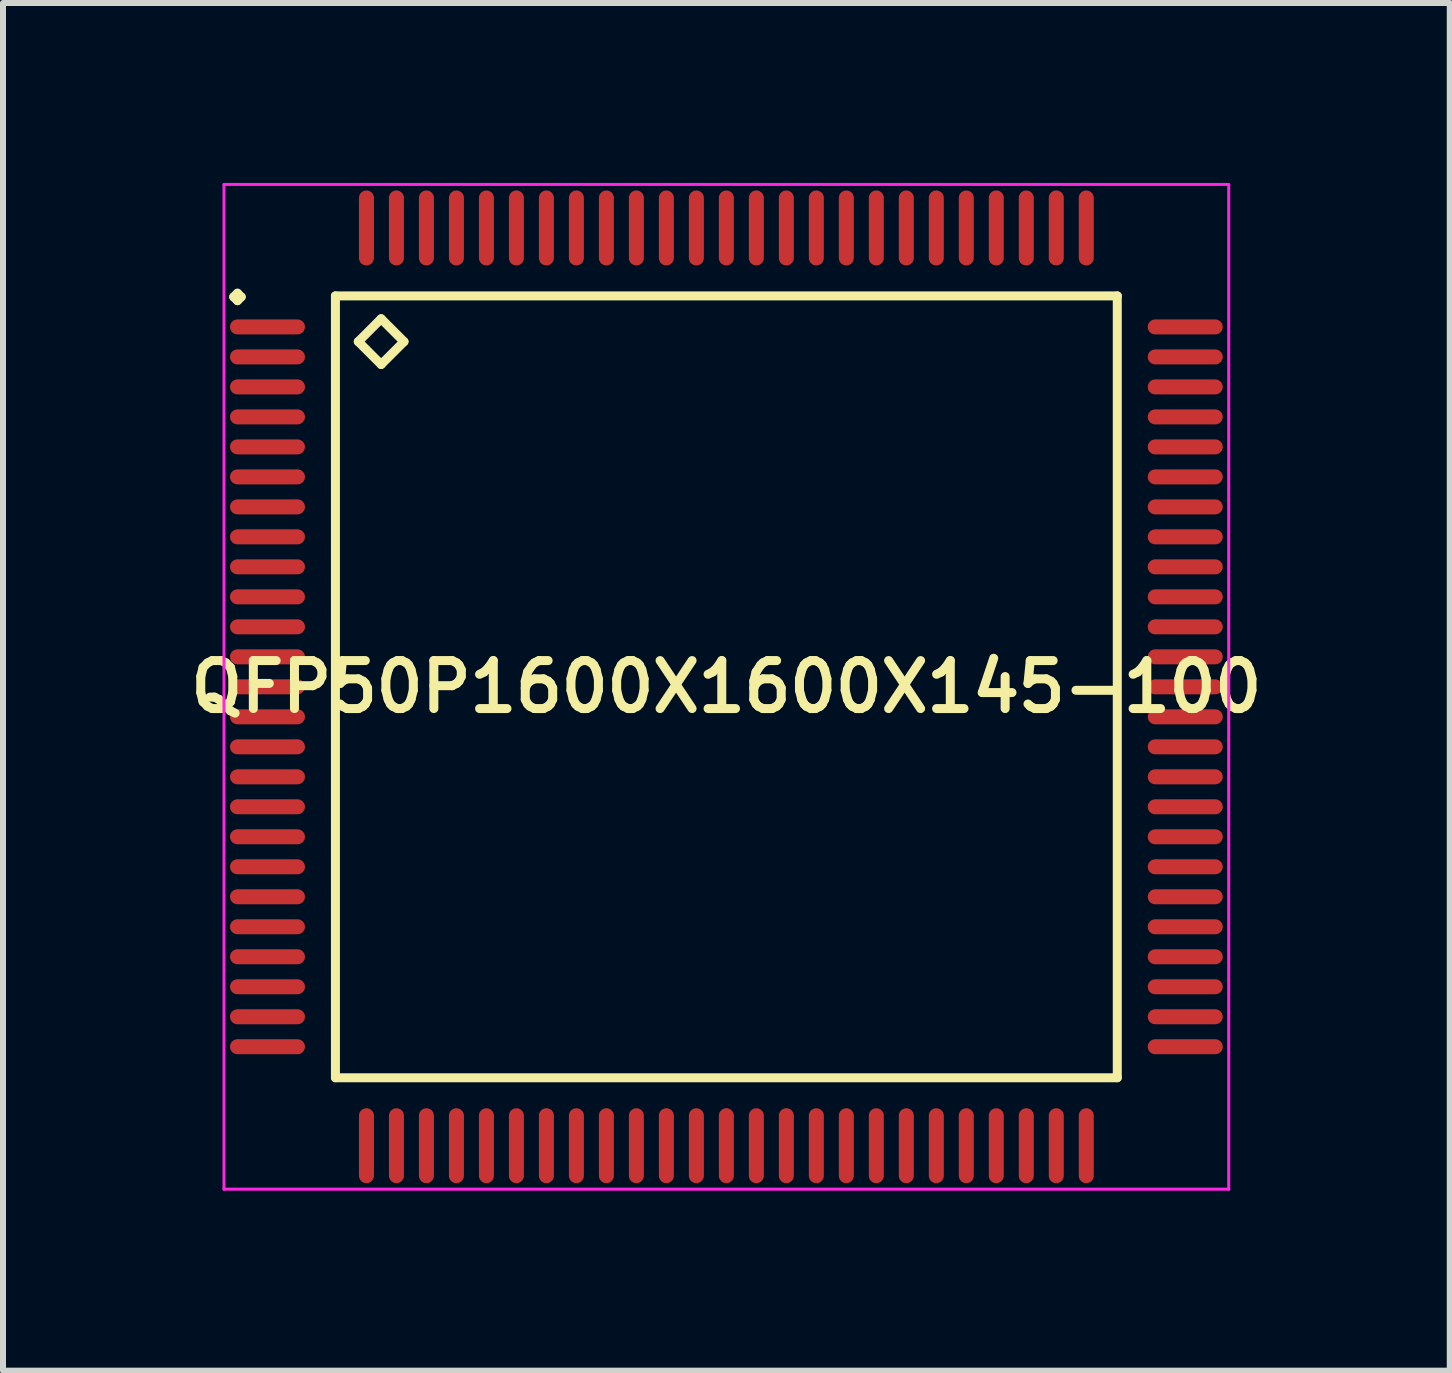
<source format=kicad_pcb>
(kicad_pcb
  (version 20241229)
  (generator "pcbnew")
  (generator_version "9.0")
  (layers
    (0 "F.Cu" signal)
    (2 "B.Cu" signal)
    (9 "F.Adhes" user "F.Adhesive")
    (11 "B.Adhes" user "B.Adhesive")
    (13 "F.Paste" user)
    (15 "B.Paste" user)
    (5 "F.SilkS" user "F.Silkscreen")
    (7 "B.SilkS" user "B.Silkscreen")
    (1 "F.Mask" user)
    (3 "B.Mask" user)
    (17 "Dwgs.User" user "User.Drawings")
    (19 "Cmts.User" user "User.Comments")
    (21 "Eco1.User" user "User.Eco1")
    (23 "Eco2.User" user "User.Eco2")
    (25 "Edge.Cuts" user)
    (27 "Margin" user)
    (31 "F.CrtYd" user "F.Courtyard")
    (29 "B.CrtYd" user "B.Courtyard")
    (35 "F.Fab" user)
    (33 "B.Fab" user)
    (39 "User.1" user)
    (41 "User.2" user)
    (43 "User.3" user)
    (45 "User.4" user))
  (footprint "QFP50P1600X1600X145-100"
    (layer "F.Cu")
    (at 9.059 8.4)
    (property "Reference" "QFP50P1600X1600X145-100" (at 0 0 0) (layer "F.SilkS") (effects (font (size 0.8 0.8) (thickness 0.15))))
    (attr smd)
    (fp_line (start -8.213 -6.5) (end -8.15 -6.562) (stroke (width 0.15) (type solid)) (layer "F.SilkS"))
    (fp_line (start -8.15 -6.562) (end -8.088 -6.5) (stroke (width 0.15) (type solid)) (layer "F.SilkS"))
    (fp_line (start -8.15 -6.438) (end -8.213 -6.5) (stroke (width 0.15) (type solid)) (layer "F.SilkS"))
    (fp_line (start -8.088 -6.5) (end -8.15 -6.438) (stroke (width 0.15) (type solid)) (layer "F.SilkS"))
    (fp_line (start -6.517 -6.517) (end -6.517 6.517) (stroke (width 0.15) (type solid)) (layer "F.SilkS"))
    (fp_line (start -6.517 6.517) (end 6.517 6.517) (stroke (width 0.15) (type solid)) (layer "F.SilkS"))
    (fp_line (start -6.136 -5.755) (end -5.755 -6.136) (stroke (width 0.15) (type solid)) (layer "F.SilkS"))
    (fp_line (start -5.755 -6.136) (end -5.374 -5.755) (stroke (width 0.15) (type solid)) (layer "F.SilkS"))
    (fp_line (start -5.755 -5.374) (end -6.136 -5.755) (stroke (width 0.15) (type solid)) (layer "F.SilkS"))
    (fp_line (start -5.374 -5.755) (end -5.755 -5.374) (stroke (width 0.15) (type solid)) (layer "F.SilkS"))
    (fp_line (start 6.517 -6.517) (end -6.517 -6.517) (stroke (width 0.15) (type solid)) (layer "F.SilkS"))
    (fp_line (start 6.517 6.517) (end 6.517 -6.517) (stroke (width 0.15) (type solid)) (layer "F.SilkS"))
    (fp_line (start -8.375 -8.375) (end 8.375 -8.375) (stroke (width 0.05) (type solid)) (layer "F.CrtYd"))
    (fp_line (start -8.375 8.375) (end -8.375 -8.375) (stroke (width 0.05) (type solid)) (layer "F.CrtYd"))
    (fp_line (start 8.375 -8.375) (end 8.375 8.375) (stroke (width 0.05) (type solid)) (layer "F.CrtYd"))
    (fp_line (start 8.375 8.375) (end -8.375 8.375) (stroke (width 0.05) (type solid)) (layer "F.CrtYd"))
    (pad "1" smd oval (at -7.65 -6) (size 1.25 0.25) (layers "F.Cu" "F.Mask" "F.Paste"))
    (pad "2" smd oval (at -7.65 -5.5) (size 1.25 0.25) (layers "F.Cu" "F.Mask" "F.Paste"))
    (pad "3" smd oval (at -7.65 -5) (size 1.25 0.25) (layers "F.Cu" "F.Mask" "F.Paste"))
    (pad "4" smd oval (at -7.65 -4.5) (size 1.25 0.25) (layers "F.Cu" "F.Mask" "F.Paste"))
    (pad "5" smd oval (at -7.65 -4) (size 1.25 0.25) (layers "F.Cu" "F.Mask" "F.Paste"))
    (pad "6" smd oval (at -7.65 -3.5) (size 1.25 0.25) (layers "F.Cu" "F.Mask" "F.Paste"))
    (pad "7" smd oval (at -7.65 -3) (size 1.25 0.25) (layers "F.Cu" "F.Mask" "F.Paste"))
    (pad "8" smd oval (at -7.65 -2.5) (size 1.25 0.25) (layers "F.Cu" "F.Mask" "F.Paste"))
    (pad "9" smd oval (at -7.65 -2) (size 1.25 0.25) (layers "F.Cu" "F.Mask" "F.Paste"))
    (pad "10" smd oval (at -7.65 -1.5) (size 1.25 0.25) (layers "F.Cu" "F.Mask" "F.Paste"))
    (pad "11" smd oval (at -7.65 -1) (size 1.25 0.25) (layers "F.Cu" "F.Mask" "F.Paste"))
    (pad "12" smd oval (at -7.65 -0.5) (size 1.25 0.25) (layers "F.Cu" "F.Mask" "F.Paste"))
    (pad "13" smd oval (at -7.65 0) (size 1.25 0.25) (layers "F.Cu" "F.Mask" "F.Paste"))
    (pad "14" smd oval (at -7.65 0.5) (size 1.25 0.25) (layers "F.Cu" "F.Mask" "F.Paste"))
    (pad "15" smd oval (at -7.65 1) (size 1.25 0.25) (layers "F.Cu" "F.Mask" "F.Paste"))
    (pad "16" smd oval (at -7.65 1.5) (size 1.25 0.25) (layers "F.Cu" "F.Mask" "F.Paste"))
    (pad "17" smd oval (at -7.65 2) (size 1.25 0.25) (layers "F.Cu" "F.Mask" "F.Paste"))
    (pad "18" smd oval (at -7.65 2.5) (size 1.25 0.25) (layers "F.Cu" "F.Mask" "F.Paste"))
    (pad "19" smd oval (at -7.65 3) (size 1.25 0.25) (layers "F.Cu" "F.Mask" "F.Paste"))
    (pad "20" smd oval (at -7.65 3.5) (size 1.25 0.25) (layers "F.Cu" "F.Mask" "F.Paste"))
    (pad "21" smd oval (at -7.65 4) (size 1.25 0.25) (layers "F.Cu" "F.Mask" "F.Paste"))
    (pad "22" smd oval (at -7.65 4.5) (size 1.25 0.25) (layers "F.Cu" "F.Mask" "F.Paste"))
    (pad "23" smd oval (at -7.65 5) (size 1.25 0.25) (layers "F.Cu" "F.Mask" "F.Paste"))
    (pad "24" smd oval (at -7.65 5.5) (size 1.25 0.25) (layers "F.Cu" "F.Mask" "F.Paste"))
    (pad "25" smd oval (at -7.65 6) (size 1.25 0.25) (layers "F.Cu" "F.Mask" "F.Paste"))
    (pad "26" smd oval (at -6 7.65) (size 0.25 1.25) (layers "F.Cu" "F.Mask" "F.Paste"))
    (pad "27" smd oval (at -5.5 7.65) (size 0.25 1.25) (layers "F.Cu" "F.Mask" "F.Paste"))
    (pad "28" smd oval (at -5 7.65) (size 0.25 1.25) (layers "F.Cu" "F.Mask" "F.Paste"))
    (pad "29" smd oval (at -4.5 7.65) (size 0.25 1.25) (layers "F.Cu" "F.Mask" "F.Paste"))
    (pad "30" smd oval (at -4 7.65) (size 0.25 1.25) (layers "F.Cu" "F.Mask" "F.Paste"))
    (pad "31" smd oval (at -3.5 7.65) (size 0.25 1.25) (layers "F.Cu" "F.Mask" "F.Paste"))
    (pad "32" smd oval (at -3 7.65) (size 0.25 1.25) (layers "F.Cu" "F.Mask" "F.Paste"))
    (pad "33" smd oval (at -2.5 7.65) (size 0.25 1.25) (layers "F.Cu" "F.Mask" "F.Paste"))
    (pad "34" smd oval (at -2 7.65) (size 0.25 1.25) (layers "F.Cu" "F.Mask" "F.Paste"))
    (pad "35" smd oval (at -1.5 7.65) (size 0.25 1.25) (layers "F.Cu" "F.Mask" "F.Paste"))
    (pad "36" smd oval (at -1 7.65) (size 0.25 1.25) (layers "F.Cu" "F.Mask" "F.Paste"))
    (pad "37" smd oval (at -0.5 7.65) (size 0.25 1.25) (layers "F.Cu" "F.Mask" "F.Paste"))
    (pad "38" smd oval (at 0 7.65) (size 0.25 1.25) (layers "F.Cu" "F.Mask" "F.Paste"))
    (pad "39" smd oval (at 0.5 7.65) (size 0.25 1.25) (layers "F.Cu" "F.Mask" "F.Paste"))
    (pad "40" smd oval (at 1 7.65) (size 0.25 1.25) (layers "F.Cu" "F.Mask" "F.Paste"))
    (pad "41" smd oval (at 1.5 7.65) (size 0.25 1.25) (layers "F.Cu" "F.Mask" "F.Paste"))
    (pad "42" smd oval (at 2 7.65) (size 0.25 1.25) (layers "F.Cu" "F.Mask" "F.Paste"))
    (pad "43" smd oval (at 2.5 7.65) (size 0.25 1.25) (layers "F.Cu" "F.Mask" "F.Paste"))
    (pad "44" smd oval (at 3 7.65) (size 0.25 1.25) (layers "F.Cu" "F.Mask" "F.Paste"))
    (pad "45" smd oval (at 3.5 7.65) (size 0.25 1.25) (layers "F.Cu" "F.Mask" "F.Paste"))
    (pad "46" smd oval (at 4 7.65) (size 0.25 1.25) (layers "F.Cu" "F.Mask" "F.Paste"))
    (pad "47" smd oval (at 4.5 7.65) (size 0.25 1.25) (layers "F.Cu" "F.Mask" "F.Paste"))
    (pad "48" smd oval (at 5 7.65) (size 0.25 1.25) (layers "F.Cu" "F.Mask" "F.Paste"))
    (pad "49" smd oval (at 5.5 7.65) (size 0.25 1.25) (layers "F.Cu" "F.Mask" "F.Paste"))
    (pad "50" smd oval (at 6 7.65) (size 0.25 1.25) (layers "F.Cu" "F.Mask" "F.Paste"))
    (pad "51" smd oval (at 7.65 6) (size 1.25 0.25) (layers "F.Cu" "F.Mask" "F.Paste"))
    (pad "52" smd oval (at 7.65 5.5) (size 1.25 0.25) (layers "F.Cu" "F.Mask" "F.Paste"))
    (pad "53" smd oval (at 7.65 5) (size 1.25 0.25) (layers "F.Cu" "F.Mask" "F.Paste"))
    (pad "54" smd oval (at 7.65 4.5) (size 1.25 0.25) (layers "F.Cu" "F.Mask" "F.Paste"))
    (pad "55" smd oval (at 7.65 4) (size 1.25 0.25) (layers "F.Cu" "F.Mask" "F.Paste"))
    (pad "56" smd oval (at 7.65 3.5) (size 1.25 0.25) (layers "F.Cu" "F.Mask" "F.Paste"))
    (pad "57" smd oval (at 7.65 3) (size 1.25 0.25) (layers "F.Cu" "F.Mask" "F.Paste"))
    (pad "58" smd oval (at 7.65 2.5) (size 1.25 0.25) (layers "F.Cu" "F.Mask" "F.Paste"))
    (pad "59" smd oval (at 7.65 2) (size 1.25 0.25) (layers "F.Cu" "F.Mask" "F.Paste"))
    (pad "60" smd oval (at 7.65 1.5) (size 1.25 0.25) (layers "F.Cu" "F.Mask" "F.Paste"))
    (pad "61" smd oval (at 7.65 1) (size 1.25 0.25) (layers "F.Cu" "F.Mask" "F.Paste"))
    (pad "62" smd oval (at 7.65 0.5) (size 1.25 0.25) (layers "F.Cu" "F.Mask" "F.Paste"))
    (pad "63" smd oval (at 7.65 0) (size 1.25 0.25) (layers "F.Cu" "F.Mask" "F.Paste"))
    (pad "64" smd oval (at 7.65 -0.5) (size 1.25 0.25) (layers "F.Cu" "F.Mask" "F.Paste"))
    (pad "65" smd oval (at 7.65 -1) (size 1.25 0.25) (layers "F.Cu" "F.Mask" "F.Paste"))
    (pad "66" smd oval (at 7.65 -1.5) (size 1.25 0.25) (layers "F.Cu" "F.Mask" "F.Paste"))
    (pad "67" smd oval (at 7.65 -2) (size 1.25 0.25) (layers "F.Cu" "F.Mask" "F.Paste"))
    (pad "68" smd oval (at 7.65 -2.5) (size 1.25 0.25) (layers "F.Cu" "F.Mask" "F.Paste"))
    (pad "69" smd oval (at 7.65 -3) (size 1.25 0.25) (layers "F.Cu" "F.Mask" "F.Paste"))
    (pad "70" smd oval (at 7.65 -3.5) (size 1.25 0.25) (layers "F.Cu" "F.Mask" "F.Paste"))
    (pad "71" smd oval (at 7.65 -4) (size 1.25 0.25) (layers "F.Cu" "F.Mask" "F.Paste"))
    (pad "72" smd oval (at 7.65 -4.5) (size 1.25 0.25) (layers "F.Cu" "F.Mask" "F.Paste"))
    (pad "73" smd oval (at 7.65 -5) (size 1.25 0.25) (layers "F.Cu" "F.Mask" "F.Paste"))
    (pad "74" smd oval (at 7.65 -5.5) (size 1.25 0.25) (layers "F.Cu" "F.Mask" "F.Paste"))
    (pad "75" smd oval (at 7.65 -6) (size 1.25 0.25) (layers "F.Cu" "F.Mask" "F.Paste"))
    (pad "76" smd oval (at 6 -7.65) (size 0.25 1.25) (layers "F.Cu" "F.Mask" "F.Paste"))
    (pad "77" smd oval (at 5.5 -7.65) (size 0.25 1.25) (layers "F.Cu" "F.Mask" "F.Paste"))
    (pad "78" smd oval (at 5 -7.65) (size 0.25 1.25) (layers "F.Cu" "F.Mask" "F.Paste"))
    (pad "79" smd oval (at 4.5 -7.65) (size 0.25 1.25) (layers "F.Cu" "F.Mask" "F.Paste"))
    (pad "80" smd oval (at 4 -7.65) (size 0.25 1.25) (layers "F.Cu" "F.Mask" "F.Paste"))
    (pad "81" smd oval (at 3.5 -7.65) (size 0.25 1.25) (layers "F.Cu" "F.Mask" "F.Paste"))
    (pad "82" smd oval (at 3 -7.65) (size 0.25 1.25) (layers "F.Cu" "F.Mask" "F.Paste"))
    (pad "83" smd oval (at 2.5 -7.65) (size 0.25 1.25) (layers "F.Cu" "F.Mask" "F.Paste"))
    (pad "84" smd oval (at 2 -7.65) (size 0.25 1.25) (layers "F.Cu" "F.Mask" "F.Paste"))
    (pad "85" smd oval (at 1.5 -7.65) (size 0.25 1.25) (layers "F.Cu" "F.Mask" "F.Paste"))
    (pad "86" smd oval (at 1 -7.65) (size 0.25 1.25) (layers "F.Cu" "F.Mask" "F.Paste"))
    (pad "87" smd oval (at 0.5 -7.65) (size 0.25 1.25) (layers "F.Cu" "F.Mask" "F.Paste"))
    (pad "88" smd oval (at 0 -7.65) (size 0.25 1.25) (layers "F.Cu" "F.Mask" "F.Paste"))
    (pad "89" smd oval (at -0.5 -7.65) (size 0.25 1.25) (layers "F.Cu" "F.Mask" "F.Paste"))
    (pad "90" smd oval (at -1 -7.65) (size 0.25 1.25) (layers "F.Cu" "F.Mask" "F.Paste"))
    (pad "91" smd oval (at -1.5 -7.65) (size 0.25 1.25) (layers "F.Cu" "F.Mask" "F.Paste"))
    (pad "92" smd oval (at -2 -7.65) (size 0.25 1.25) (layers "F.Cu" "F.Mask" "F.Paste"))
    (pad "93" smd oval (at -2.5 -7.65) (size 0.25 1.25) (layers "F.Cu" "F.Mask" "F.Paste"))
    (pad "94" smd oval (at -3 -7.65) (size 0.25 1.25) (layers "F.Cu" "F.Mask" "F.Paste"))
    (pad "95" smd oval (at -3.5 -7.65) (size 0.25 1.25) (layers "F.Cu" "F.Mask" "F.Paste"))
    (pad "96" smd oval (at -4 -7.65) (size 0.25 1.25) (layers "F.Cu" "F.Mask" "F.Paste"))
    (pad "97" smd oval (at -4.5 -7.65) (size 0.25 1.25) (layers "F.Cu" "F.Mask" "F.Paste"))
    (pad "98" smd oval (at -5 -7.65) (size 0.25 1.25) (layers "F.Cu" "F.Mask" "F.Paste"))
    (pad "99" smd oval (at -5.5 -7.65) (size 0.25 1.25) (layers "F.Cu" "F.Mask" "F.Paste"))
    (pad "100" smd oval (at -6 -7.65) (size 0.25 1.25) (layers "F.Cu" "F.Mask" "F.Paste")))
  (gr_rect
    (start -3 -3)
    (end 21.119 19.8)
    (stroke (width 0.1) (type default))
    (fill no)
    (layer "Edge.Cuts")))
</source>
